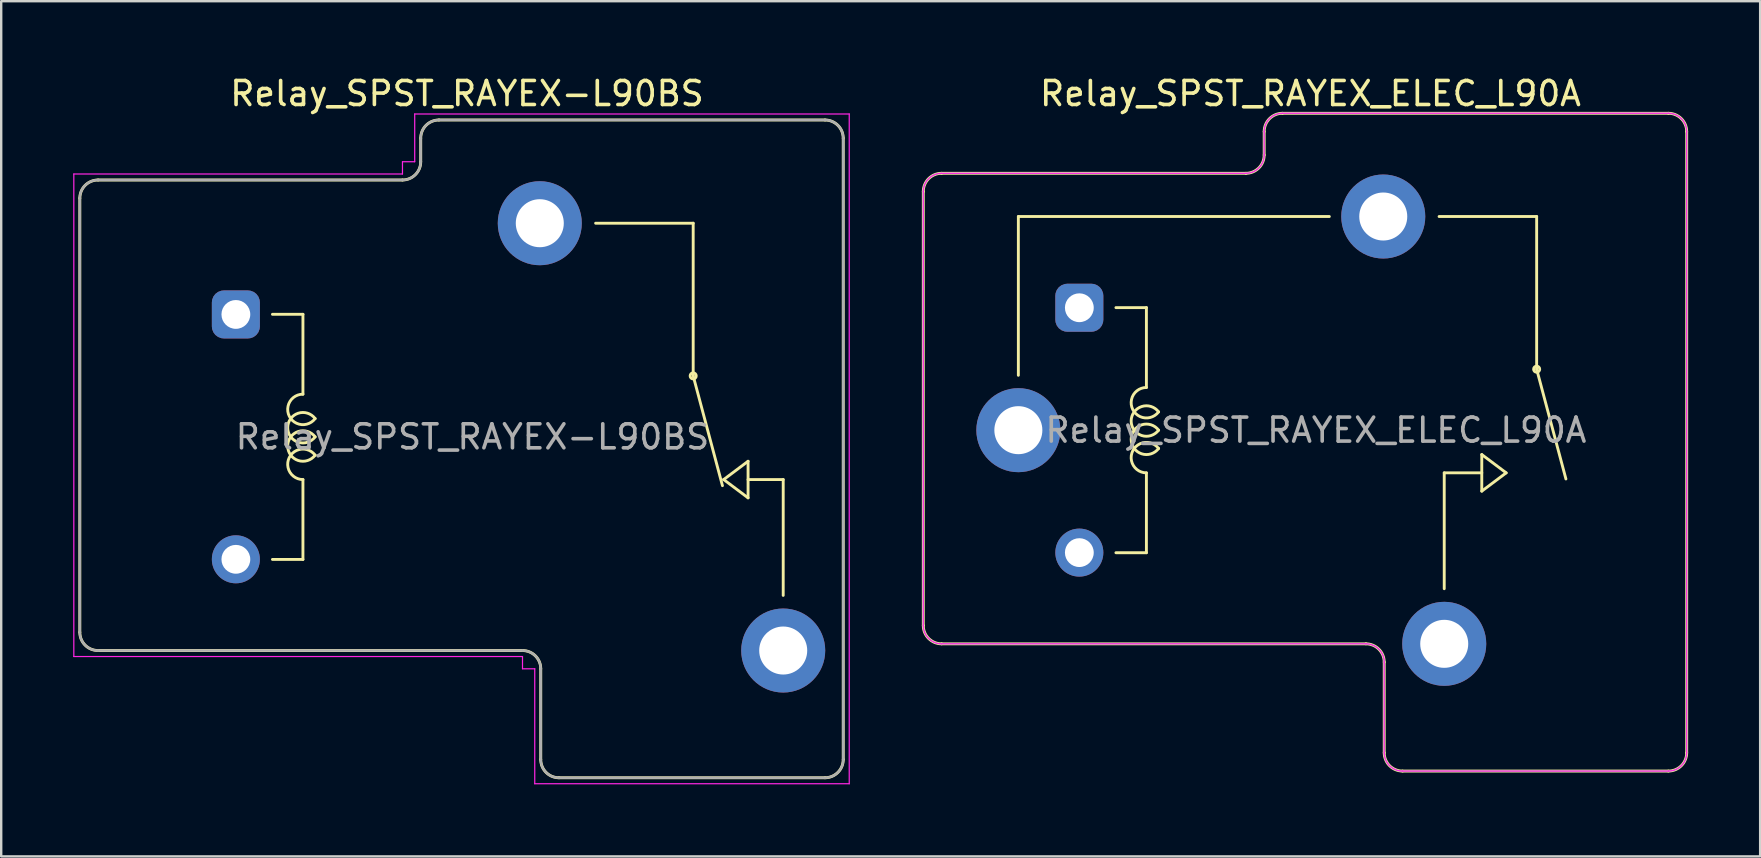
<source format=kicad_pcb>
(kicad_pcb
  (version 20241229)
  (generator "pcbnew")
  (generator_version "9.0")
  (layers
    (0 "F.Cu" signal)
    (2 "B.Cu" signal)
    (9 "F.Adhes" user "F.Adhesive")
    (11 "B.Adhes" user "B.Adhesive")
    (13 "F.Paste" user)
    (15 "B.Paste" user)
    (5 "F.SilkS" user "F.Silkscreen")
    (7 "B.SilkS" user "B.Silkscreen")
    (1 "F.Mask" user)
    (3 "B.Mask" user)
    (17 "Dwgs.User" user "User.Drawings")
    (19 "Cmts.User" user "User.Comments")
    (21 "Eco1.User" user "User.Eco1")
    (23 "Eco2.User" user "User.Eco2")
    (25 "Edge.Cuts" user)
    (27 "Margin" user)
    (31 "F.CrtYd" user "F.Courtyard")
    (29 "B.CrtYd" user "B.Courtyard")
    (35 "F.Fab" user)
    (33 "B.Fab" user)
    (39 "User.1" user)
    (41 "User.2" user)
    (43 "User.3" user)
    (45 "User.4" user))
  (footprint "Relay_SPST_RAYEX_ELEC_L90A"
    (layer "F.Cu")
    (at 39.37 14.869)
    (property "Reference" "Relay_SPST_RAYEX_ELEC_L90A" (at 12.167 -14.021 0) (layer "F.SilkS") (effects (font (size 1 1) (thickness 0.15))))
    (attr through_hole)
    (fp_line (start -3.96 -9.938) (end -3.96 8.138) (stroke (width 0.12) (type solid)) (layer "F.SilkS"))
    (fp_line (start -3.198 -10.7) (end 9.478 -10.7) (stroke (width 0.12) (type solid)) (layer "F.SilkS"))
    (fp_line (start -3.198 8.9) (end 14.478 8.9) (stroke (width 0.12) (type solid)) (layer "F.SilkS"))
    (fp_line (start 0 -8.9) (end 0 -2.286) (stroke (width 0.12) (type solid)) (layer "F.SilkS"))
    (fp_line (start 0 -8.9) (end 12.954 -8.9) (stroke (width 0.12) (type solid)) (layer "F.SilkS"))
    (fp_line (start 4.064 -5.105) (end 5.334 -5.105) (stroke (width 0.12) (type solid)) (layer "F.SilkS"))
    (fp_line (start 5.334 -1.778) (end 5.334 -5.105) (stroke (width 0.12) (type solid)) (layer "F.SilkS"))
    (fp_line (start 5.334 5.105) (end 4.064 5.105) (stroke (width 0.12) (type solid)) (layer "F.SilkS"))
    (fp_line (start 5.334 5.105) (end 5.334 1.778) (stroke (width 0.12) (type solid)) (layer "F.SilkS"))
    (fp_line (start 10.24 -12.438) (end 10.24 -11.462) (stroke (width 0.12) (type solid)) (layer "F.SilkS"))
    (fp_line (start 11.002 -13.2) (end 27.078 -13.2) (stroke (width 0.12) (type solid)) (layer "F.SilkS"))
    (fp_line (start 15.24 9.662) (end 15.24 13.438) (stroke (width 0.12) (type solid)) (layer "F.SilkS"))
    (fp_line (start 16.002 14.2) (end 27.078 14.2) (stroke (width 0.12) (type solid)) (layer "F.SilkS"))
    (fp_line (start 17.74 1.778) (end 19.304 1.778) (stroke (width 0.12) (type solid)) (layer "F.SilkS"))
    (fp_line (start 17.74 6.604) (end 17.74 1.778) (stroke (width 0.12) (type solid)) (layer "F.SilkS"))
    (fp_line (start 19.304 1.016) (end 19.304 2.54) (stroke (width 0.12) (type solid)) (layer "F.SilkS"))
    (fp_line (start 19.304 2.54) (end 20.32 1.778) (stroke (width 0.12) (type solid)) (layer "F.SilkS"))
    (fp_line (start 20.32 1.778) (end 19.304 1.016) (stroke (width 0.12) (type solid)) (layer "F.SilkS"))
    (fp_line (start 21.59 -8.9) (end 17.526 -8.9) (stroke (width 0.12) (type solid)) (layer "F.SilkS"))
    (fp_line (start 21.59 -2.54) (end 21.59 -8.9) (stroke (width 0.12) (type solid)) (layer "F.SilkS"))
    (fp_line (start 21.59 -2.54) (end 22.809 2.032) (stroke (width 0.12) (type solid)) (layer "F.SilkS"))
    (fp_line (start 27.84 -12.438) (end 27.84 13.438) (stroke (width 0.12) (type solid)) (layer "F.SilkS"))
    (fp_arc (start -3.96 -9.938) (mid -3.736815 -10.476815) (end -3.198 -10.7) (stroke (width 0.12) (type solid)) (layer "F.SilkS"))
    (fp_arc (start -3.198 8.9) (mid -3.736815 8.676815) (end -3.96 8.138) (stroke (width 0.12) (type solid)) (layer "F.SilkS"))
    (fp_arc (start 5.334002 1.777997) (mid 4.765966 0.859166) (end 5.841802 0.76173) (stroke (width 0.12) (type solid)) (layer "F.SilkS"))
    (fp_arc (start 5.8418 -0.761733) (mid 4.765964 -0.859168) (end 5.334 -1.778) (stroke (width 0.12) (type solid)) (layer "F.SilkS"))
    (fp_arc (start 5.842265 -0.000355) (mid 4.699002 -0.38078) (end 5.842 -0.762001) (stroke (width 0.12) (type solid)) (layer "F.SilkS"))
    (fp_arc (start 5.842266 0.761644) (mid 4.699003 0.381219) (end 5.842001 -0.000002) (stroke (width 0.12) (type solid)) (layer "F.SilkS"))
    (fp_arc (start 10.24 -12.438) (mid 10.463185 -12.976815) (end 11.002 -13.2) (stroke (width 0.12) (type solid)) (layer "F.SilkS"))
    (fp_arc (start 10.24 -11.462) (mid 10.016815 -10.923185) (end 9.478 -10.7) (stroke (width 0.12) (type solid)) (layer "F.SilkS"))
    (fp_arc (start 14.478 8.9) (mid 15.016815 9.123185) (end 15.24 9.662) (stroke (width 0.12) (type solid)) (layer "F.SilkS"))
    (fp_arc (start 16.002 14.2) (mid 15.463185 13.976815) (end 15.24 13.438) (stroke (width 0.12) (type solid)) (layer "F.SilkS"))
    (fp_arc (start 27.078 -13.2) (mid 27.616815 -12.976815) (end 27.84 -12.438) (stroke (width 0.12) (type solid)) (layer "F.SilkS"))
    (fp_arc (start 27.84 13.438) (mid 27.616815 13.976815) (end 27.078 14.2) (stroke (width 0.12) (type solid)) (layer "F.SilkS"))
    (fp_circle (center 21.59 -2.54) (end 21.59 -2.413) (stroke (width 0.12) (type solid)) (fill no) (layer "F.SilkS"))
    (fp_line (start -3.96 -9.938) (end -3.96 8.138) (stroke (width 0.05) (type solid)) (layer "F.CrtYd"))
    (fp_line (start -3.198 -10.7) (end 9.478 -10.7) (stroke (width 0.05) (type solid)) (layer "F.CrtYd"))
    (fp_line (start -3.198 8.9) (end 14.478 8.9) (stroke (width 0.05) (type solid)) (layer "F.CrtYd"))
    (fp_line (start 10.24 -12.438) (end 10.24 -11.462) (stroke (width 0.05) (type solid)) (layer "F.CrtYd"))
    (fp_line (start 11.002 -13.2) (end 27.078 -13.2) (stroke (width 0.05) (type solid)) (layer "F.CrtYd"))
    (fp_line (start 15.24 9.662) (end 15.24 13.438) (stroke (width 0.05) (type solid)) (layer "F.CrtYd"))
    (fp_line (start 16.002 14.2) (end 27.078 14.2) (stroke (width 0.05) (type solid)) (layer "F.CrtYd"))
    (fp_line (start 27.84 -12.438) (end 27.84 13.438) (stroke (width 0.05) (type solid)) (layer "F.CrtYd"))
    (fp_arc (start -3.96 -9.938) (mid -3.736815 -10.476815) (end -3.198 -10.7) (stroke (width 0.05) (type solid)) (layer "F.CrtYd"))
    (fp_arc (start -3.198 8.9) (mid -3.736815 8.676815) (end -3.96 8.138) (stroke (width 0.05) (type solid)) (layer "F.CrtYd"))
    (fp_arc (start 10.24 -12.438) (mid 10.463185 -12.976815) (end 11.002 -13.2) (stroke (width 0.05) (type solid)) (layer "F.CrtYd"))
    (fp_arc (start 10.24 -11.462) (mid 10.016815 -10.923185) (end 9.478 -10.7) (stroke (width 0.05) (type solid)) (layer "F.CrtYd"))
    (fp_arc (start 14.478 8.9) (mid 15.016815 9.123185) (end 15.24 9.662) (stroke (width 0.05) (type solid)) (layer "F.CrtYd"))
    (fp_arc (start 16.002 14.2) (mid 15.463185 13.976815) (end 15.24 13.438) (stroke (width 0.05) (type solid)) (layer "F.CrtYd"))
    (fp_arc (start 27.078 -13.2) (mid 27.616815 -12.976815) (end 27.84 -12.438) (stroke (width 0.05) (type solid)) (layer "F.CrtYd"))
    (fp_arc (start 27.84 13.438) (mid 27.616815 13.976815) (end 27.078 14.2) (stroke (width 0.05) (type solid)) (layer "F.CrtYd"))
    (fp_line (start -3.96 -9.938) (end -3.96 8.138) (stroke (width 0.05) (type solid)) (layer "F.Fab"))
    (fp_line (start -3.198 -10.7) (end 9.478 -10.7) (stroke (width 0.05) (type solid)) (layer "F.Fab"))
    (fp_line (start -3.198 8.9) (end 14.478 8.9) (stroke (width 0.05) (type solid)) (layer "F.Fab"))
    (fp_line (start 10.24 -12.438) (end 10.24 -11.462) (stroke (width 0.05) (type solid)) (layer "F.Fab"))
    (fp_line (start 11.002 -13.2) (end 27.078 -13.2) (stroke (width 0.05) (type solid)) (layer "F.Fab"))
    (fp_line (start 15.24 9.662) (end 15.24 13.438) (stroke (width 0.05) (type solid)) (layer "F.Fab"))
    (fp_line (start 16.002 14.2) (end 27.078 14.2) (stroke (width 0.05) (type solid)) (layer "F.Fab"))
    (fp_line (start 27.84 -12.438) (end 27.84 13.438) (stroke (width 0.05) (type solid)) (layer "F.Fab"))
    (fp_arc (start -3.96 -9.938) (mid -3.736815 -10.476815) (end -3.198 -10.7) (stroke (width 0.05) (type solid)) (layer "F.Fab"))
    (fp_arc (start -3.198 8.9) (mid -3.736815 8.676815) (end -3.96 8.138) (stroke (width 0.05) (type solid)) (layer "F.Fab"))
    (fp_arc (start 10.24 -12.438) (mid 10.463185 -12.976815) (end 11.002 -13.2) (stroke (width 0.05) (type solid)) (layer "F.Fab"))
    (fp_arc (start 10.24 -11.462) (mid 10.016815 -10.923185) (end 9.478 -10.7) (stroke (width 0.05) (type solid)) (layer "F.Fab"))
    (fp_arc (start 14.478 8.9) (mid 15.016815 9.123185) (end 15.24 9.662) (stroke (width 0.05) (type solid)) (layer "F.Fab"))
    (fp_arc (start 16.002 14.2) (mid 15.463185 13.976815) (end 15.24 13.438) (stroke (width 0.05) (type solid)) (layer "F.Fab"))
    (fp_arc (start 27.078 -13.2) (mid 27.616815 -12.976815) (end 27.84 -12.438) (stroke (width 0.05) (type solid)) (layer "F.Fab"))
    (fp_arc (start 27.84 13.438) (mid 27.616815 13.976815) (end 27.078 14.2) (stroke (width 0.05) (type solid)) (layer "F.Fab"))
    (fp_text user "${REFERENCE}" (at 12.395 0 0) (layer "F.Fab") (effects (font (size 1 1) (thickness 0.15))))
    (pad "1" thru_hole circle (at 0 0 180) (size 3.5 3.5) (drill 2) (layers "*.Cu" "*.Mask"))
    (pad "2" thru_hole roundrect (at 2.54 -5.1 180) (size 2 2) (drill 1.2) (layers "*.Cu" "*.Mask") (roundrect_rratio 0.25))
    (pad "3" thru_hole circle (at 17.74 8.9 180) (size 3.5 3.5) (drill 2) (layers "*.Cu" "*.Mask"))
    (pad "5" thru_hole circle (at 15.2 -8.9 180) (size 3.5 3.5) (drill 2) (layers "*.Cu" "*.Mask"))
    (pad "6" thru_hole circle (at 2.54 5.1 180) (size 2 2) (drill 1.2) (layers "*.Cu" "*.Mask")))
  (footprint "Relay_SPST_RAYEX-L90BS"
    (layer "F.Cu")
    (at 4.235 15.148)
    (property "Reference" "Relay_SPST_RAYEX-L90BS" (at 12.167 -14.3 0) (layer "F.SilkS") (effects (font (size 1 1) (thickness 0.15))))
    (attr through_hole)
    (fp_line (start -3.96 -9.94) (end -3.96 8.14) (stroke (width 0.12) (type solid)) (layer "F.SilkS"))
    (fp_line (start -3.2 -10.7) (end 9.48 -10.7) (stroke (width 0.12) (type solid)) (layer "F.SilkS"))
    (fp_line (start -3.2 8.9) (end 14.48 8.9) (stroke (width 0.12) (type solid)) (layer "F.SilkS"))
    (fp_line (start 4.064 -5.105) (end 5.334 -5.105) (stroke (width 0.12) (type solid)) (layer "F.SilkS"))
    (fp_line (start 5.334 -1.778) (end 5.334 -5.105) (stroke (width 0.12) (type solid)) (layer "F.SilkS"))
    (fp_line (start 5.334 5.105) (end 4.064 5.105) (stroke (width 0.12) (type solid)) (layer "F.SilkS"))
    (fp_line (start 5.334 5.105) (end 5.334 1.778) (stroke (width 0.12) (type solid)) (layer "F.SilkS"))
    (fp_line (start 10.24 -12.44) (end 10.24 -11.46) (stroke (width 0.12) (type solid)) (layer "F.SilkS"))
    (fp_line (start 11 -13.2) (end 27.08 -13.2) (stroke (width 0.12) (type solid)) (layer "F.SilkS"))
    (fp_line (start 15.24 9.66) (end 15.24 13.44) (stroke (width 0.12) (type solid)) (layer "F.SilkS"))
    (fp_line (start 16 14.2) (end 27.08 14.2) (stroke (width 0.12) (type solid)) (layer "F.SilkS"))
    (fp_line (start 21.59 -8.9) (end 17.526 -8.9) (stroke (width 0.12) (type solid)) (layer "F.SilkS"))
    (fp_line (start 21.59 -2.54) (end 21.59 -8.9) (stroke (width 0.12) (type solid)) (layer "F.SilkS"))
    (fp_line (start 21.59 -2.54) (end 22.809 2.032) (stroke (width 0.12) (type solid)) (layer "F.SilkS"))
    (fp_line (start 22.86 1.778) (end 23.876 1.016) (stroke (width 0.12) (type solid)) (layer "F.SilkS"))
    (fp_line (start 23.876 1.778) (end 25.34 1.778) (stroke (width 0.12) (type solid)) (layer "F.SilkS"))
    (fp_line (start 23.876 2.54) (end 22.86 1.778) (stroke (width 0.12) (type solid)) (layer "F.SilkS"))
    (fp_line (start 23.876 2.54) (end 23.876 1.016) (stroke (width 0.12) (type solid)) (layer "F.SilkS"))
    (fp_line (start 25.34 1.778) (end 25.34 6.604) (stroke (width 0.12) (type solid)) (layer "F.SilkS"))
    (fp_line (start 27.84 -12.44) (end 27.84 13.44) (stroke (width 0.12) (type solid)) (layer "F.SilkS"))
    (fp_arc (start -3.96 -9.94) (mid -3.737401 -10.477401) (end -3.2 -10.7) (stroke (width 0.12) (type solid)) (layer "F.SilkS"))
    (fp_arc (start -3.2 8.9) (mid -3.737401 8.677401) (end -3.96 8.14) (stroke (width 0.12) (type solid)) (layer "F.SilkS"))
    (fp_arc (start 5.334002 1.777997) (mid 4.765966 0.859166) (end 5.841802 0.76173) (stroke (width 0.12) (type solid)) (layer "F.SilkS"))
    (fp_arc (start 5.8418 -0.761733) (mid 4.765964 -0.859168) (end 5.334 -1.778) (stroke (width 0.12) (type solid)) (layer "F.SilkS"))
    (fp_arc (start 5.842265 -0.000355) (mid 4.699002 -0.38078) (end 5.842 -0.762001) (stroke (width 0.12) (type solid)) (layer "F.SilkS"))
    (fp_arc (start 5.842266 0.761644) (mid 4.699003 0.381219) (end 5.842001 -0.000002) (stroke (width 0.12) (type solid)) (layer "F.SilkS"))
    (fp_arc (start 10.24 -12.44) (mid 10.462599 -12.977401) (end 11 -13.2) (stroke (width 0.12) (type solid)) (layer "F.SilkS"))
    (fp_arc (start 10.24 -11.46) (mid 10.017401 -10.922599) (end 9.48 -10.7) (stroke (width 0.12) (type solid)) (layer "F.SilkS"))
    (fp_arc (start 14.48 8.9) (mid 15.017401 9.122599) (end 15.24 9.66) (stroke (width 0.12) (type solid)) (layer "F.SilkS"))
    (fp_arc (start 16 14.2) (mid 15.462599 13.977401) (end 15.24 13.44) (stroke (width 0.12) (type solid)) (layer "F.SilkS"))
    (fp_arc (start 27.08 -13.2) (mid 27.617401 -12.977401) (end 27.84 -12.44) (stroke (width 0.12) (type solid)) (layer "F.SilkS"))
    (fp_arc (start 27.84 13.44) (mid 27.617401 13.977401) (end 27.08 14.2) (stroke (width 0.12) (type solid)) (layer "F.SilkS"))
    (fp_circle (center 21.59 -2.54) (end 21.59 -2.413) (stroke (width 0.12) (type solid)) (fill no) (layer "F.SilkS"))
    (fp_line (start -4.21 -10.95) (end -4.21 9.15) (stroke (width 0.05) (type solid)) (layer "F.CrtYd"))
    (fp_line (start -4.21 -10.95) (end 9.48 -10.95) (stroke (width 0.05) (type solid)) (layer "F.CrtYd"))
    (fp_line (start -4.21 9.15) (end 14.48 9.15) (stroke (width 0.05) (type solid)) (layer "F.CrtYd"))
    (fp_line (start 9.48 -11.46) (end 9.48 -10.95) (stroke (width 0.05) (type solid)) (layer "F.CrtYd"))
    (fp_line (start 9.48 -11.46) (end 9.99 -11.46) (stroke (width 0.05) (type solid)) (layer "F.CrtYd"))
    (fp_line (start 9.99 -13.45) (end 9.99 -11.46) (stroke (width 0.05) (type solid)) (layer "F.CrtYd"))
    (fp_line (start 9.99 -13.45) (end 28.09 -13.45) (stroke (width 0.05) (type solid)) (layer "F.CrtYd"))
    (fp_line (start 14.48 9.15) (end 14.48 9.66) (stroke (width 0.05) (type solid)) (layer "F.CrtYd"))
    (fp_line (start 14.48 9.66) (end 14.99 9.66) (stroke (width 0.05) (type solid)) (layer "F.CrtYd"))
    (fp_line (start 14.99 9.66) (end 14.99 14.45) (stroke (width 0.05) (type solid)) (layer "F.CrtYd"))
    (fp_line (start 14.99 14.45) (end 28.09 14.45) (stroke (width 0.05) (type solid)) (layer "F.CrtYd"))
    (fp_line (start 28.09 -13.45) (end 28.09 14.45) (stroke (width 0.05) (type solid)) (layer "F.CrtYd"))
    (fp_line (start -3.96 -9.94) (end -3.96 8.14) (stroke (width 0.1) (type solid)) (layer "F.Fab"))
    (fp_line (start -3.2 -10.7) (end 9.48 -10.7) (stroke (width 0.1) (type solid)) (layer "F.Fab"))
    (fp_line (start -3.2 8.9) (end 14.48 8.9) (stroke (width 0.1) (type solid)) (layer "F.Fab"))
    (fp_line (start 10.24 -12.44) (end 10.24 -11.46) (stroke (width 0.1) (type solid)) (layer "F.Fab"))
    (fp_line (start 11 -13.2) (end 27.08 -13.2) (stroke (width 0.1) (type solid)) (layer "F.Fab"))
    (fp_line (start 15.24 9.66) (end 15.24 13.44) (stroke (width 0.1) (type solid)) (layer "F.Fab"))
    (fp_line (start 16 14.2) (end 27.08 14.2) (stroke (width 0.1) (type solid)) (layer "F.Fab"))
    (fp_line (start 27.84 -12.44) (end 27.84 13.44) (stroke (width 0.1) (type solid)) (layer "F.Fab"))
    (fp_arc (start -3.96 -9.94) (mid -3.737401 -10.477401) (end -3.2 -10.7) (stroke (width 0.1) (type solid)) (layer "F.Fab"))
    (fp_arc (start -3.2 8.9) (mid -3.737401 8.677401) (end -3.96 8.14) (stroke (width 0.1) (type solid)) (layer "F.Fab"))
    (fp_arc (start 10.24 -12.44) (mid 10.462599 -12.977401) (end 11 -13.2) (stroke (width 0.1) (type solid)) (layer "F.Fab"))
    (fp_arc (start 10.24 -11.46) (mid 10.017401 -10.922599) (end 9.48 -10.7) (stroke (width 0.1) (type solid)) (layer "F.Fab"))
    (fp_arc (start 14.48 8.9) (mid 15.017401 9.122599) (end 15.24 9.66) (stroke (width 0.1) (type solid)) (layer "F.Fab"))
    (fp_arc (start 16 14.2) (mid 15.462599 13.977401) (end 15.24 13.44) (stroke (width 0.1) (type solid)) (layer "F.Fab"))
    (fp_arc (start 27.08 -13.2) (mid 27.617401 -12.977401) (end 27.84 -12.44) (stroke (width 0.1) (type solid)) (layer "F.Fab"))
    (fp_arc (start 27.84 13.44) (mid 27.617401 13.977401) (end 27.08 14.2) (stroke (width 0.1) (type solid)) (layer "F.Fab"))
    (fp_text user "${REFERENCE}" (at 12.395 0 0) (layer "F.Fab") (effects (font (size 1 1) (thickness 0.15))))
    (pad "11" thru_hole circle (at 15.2 -8.9 180) (size 3.5 3.5) (drill 2) (layers "*.Cu" "*.Mask"))
    (pad "12" thru_hole circle (at 25.34 8.9 180) (size 3.5 3.5) (drill 2) (layers "*.Cu" "*.Mask"))
    (pad "A1" thru_hole roundrect (at 2.54 -5.1 180) (size 2 2) (drill 1.2) (layers "*.Cu" "*.Mask") (roundrect_rratio 0.25))
    (pad "A2" thru_hole circle (at 2.54 5.1 180) (size 2 2) (drill 1.2) (layers "*.Cu" "*.Mask")))
  (gr_rect
    (start -3 -3)
    (end 70.27 32.623)
    (stroke (width 0.1) (type default))
    (fill no)
    (layer "Edge.Cuts")))
</source>
